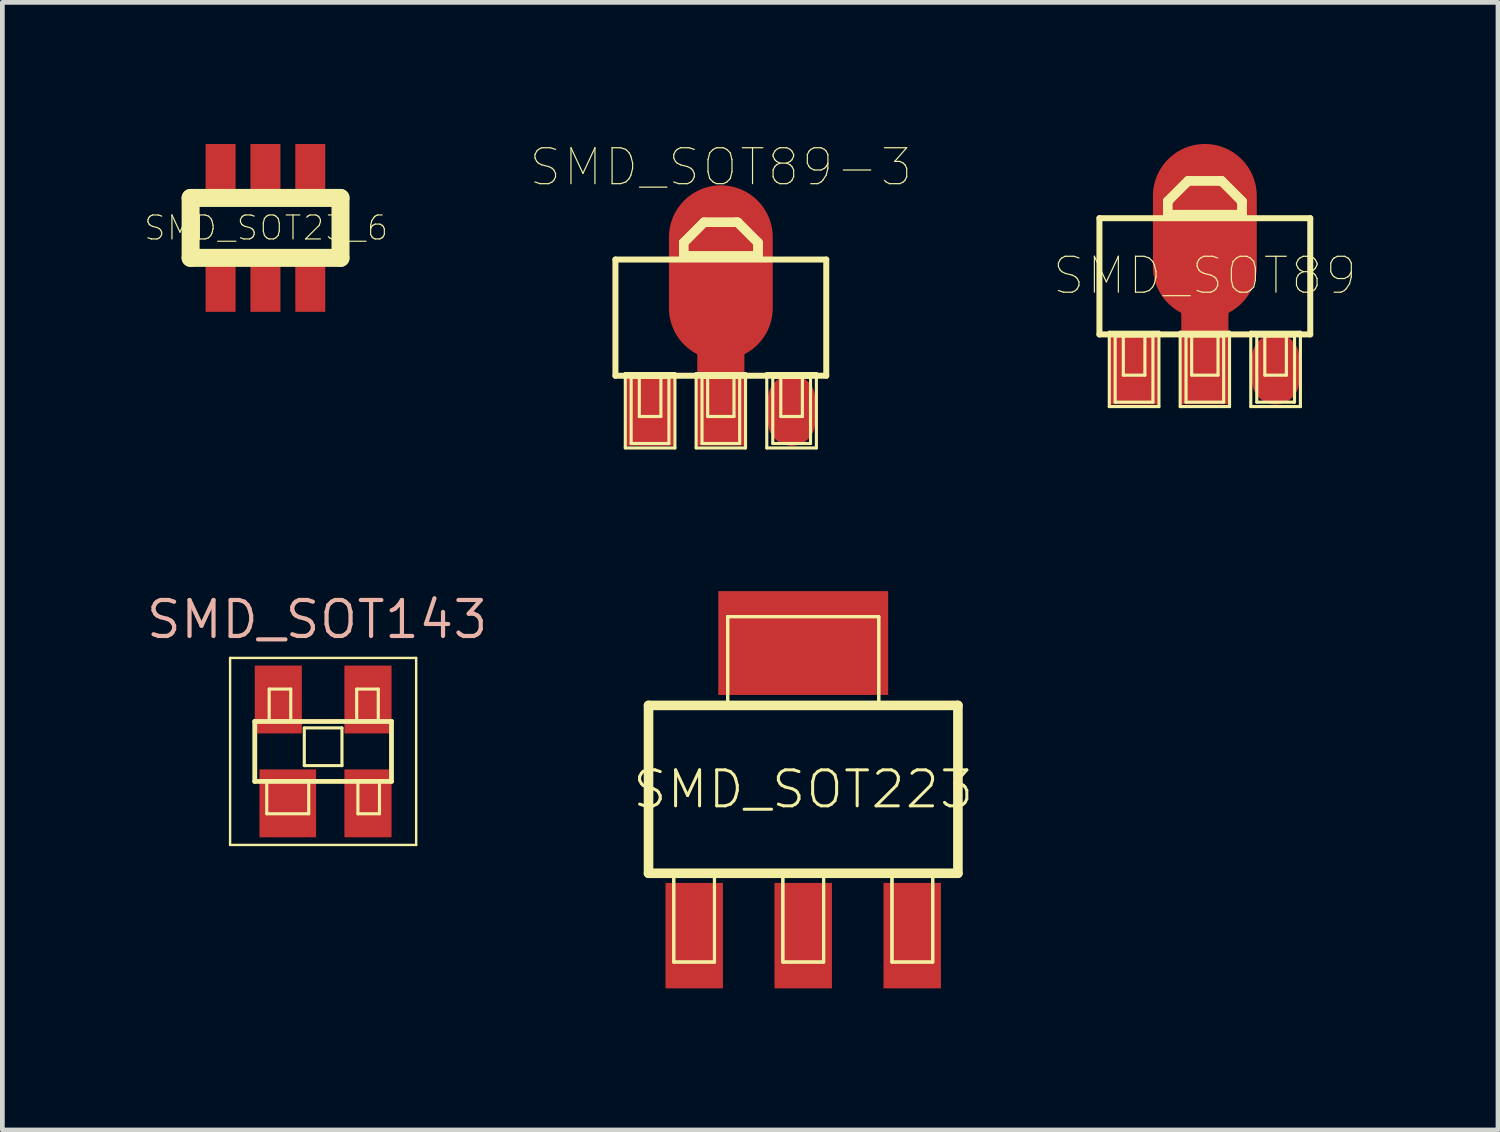
<source format=kicad_pcb>
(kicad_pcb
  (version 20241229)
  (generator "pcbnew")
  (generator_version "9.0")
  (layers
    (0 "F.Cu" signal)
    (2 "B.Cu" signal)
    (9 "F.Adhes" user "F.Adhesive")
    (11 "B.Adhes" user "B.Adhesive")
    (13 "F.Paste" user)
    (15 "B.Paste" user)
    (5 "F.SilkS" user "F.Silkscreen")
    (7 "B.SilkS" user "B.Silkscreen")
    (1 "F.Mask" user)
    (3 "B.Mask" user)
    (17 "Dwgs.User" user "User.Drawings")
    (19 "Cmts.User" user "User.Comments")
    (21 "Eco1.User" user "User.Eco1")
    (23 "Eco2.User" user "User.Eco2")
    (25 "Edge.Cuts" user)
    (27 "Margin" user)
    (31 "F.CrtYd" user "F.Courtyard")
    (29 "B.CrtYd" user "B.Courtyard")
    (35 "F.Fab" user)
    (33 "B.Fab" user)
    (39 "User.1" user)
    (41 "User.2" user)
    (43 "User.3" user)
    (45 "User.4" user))
  (footprint "SMD_SOT23_6"
    (layer "F.Cu")
    (at 1.623 3.048)
    (property "Reference" "SMD_SOT23_6" (at 0.965 -1.27 0) (layer "F.SilkS") (effects (font (size 0.508 0.508) (thickness 0.025))))
    (attr through_hole)
    (fp_line (start -0.635 -1.905) (end -0.635 -0.635) (stroke (width 0.381) (type solid)) (layer "F.SilkS"))
    (fp_line (start -0.635 -0.635) (end 2.54 -0.635) (stroke (width 0.381) (type solid)) (layer "F.SilkS"))
    (fp_line (start 2.54 -1.905) (end -0.635 -1.905) (stroke (width 0.381) (type solid)) (layer "F.SilkS"))
    (fp_line (start 2.54 -0.635) (end 2.54 -1.905) (stroke (width 0.381) (type solid)) (layer "F.SilkS"))
    (pad "1" smd rect (at 0 0) (size 0.635 1.016) (layers "F.Cu" "F.Mask" "F.Paste"))
    (pad "2" smd rect (at 0.95 0) (size 0.635 1.016) (layers "F.Cu" "F.Mask" "F.Paste"))
    (pad "3" smd rect (at 1.9 0) (size 0.635 1.016) (layers "F.Cu" "F.Mask" "F.Paste"))
    (pad "4" smd rect (at 1.9 -2.54) (size 0.635 1.016) (layers "F.Cu" "F.Mask" "F.Paste"))
    (pad "5" smd rect (at 0.95 -2.54) (size 0.635 1.016) (layers "F.Cu" "F.Mask" "F.Paste"))
    (pad "6" smd rect (at 0 -2.54) (size 0.635 1.016) (layers "F.Cu" "F.Mask" "F.Paste")))
  (footprint "SMD_SOT89-3"
    (layer "F.Cu")
    (at 12.22 3.665)
    (property "Reference" "SMD_SOT89-3" (at 0 -3.175 0) (layer "F.SilkS") (effects (font (size 0.762 0.762) (thickness 0.025))))
    (attr smd)
    (fp_line (start -2.233 -1.217) (end 2.233 -1.217) (stroke (width 0.127) (type solid)) (layer "F.SilkS"))
    (fp_line (start -2.233 1.245) (end -2.233 -1.217) (stroke (width 0.127) (type solid)) (layer "F.SilkS"))
    (fp_line (start -2.024 1.199) (end -0.973 1.199) (stroke (width 0.066) (type solid)) (layer "F.SilkS"))
    (fp_line (start -2.024 2.774) (end -2.024 1.199) (stroke (width 0.066) (type solid)) (layer "F.SilkS"))
    (fp_line (start -2.024 2.774) (end -0.973 2.774) (stroke (width 0.066) (type solid)) (layer "F.SilkS"))
    (fp_line (start -1.9 1.278) (end -1.1 1.278) (stroke (width 0.066) (type solid)) (layer "F.SilkS"))
    (fp_line (start -1.9 2.68) (end -1.9 1.278) (stroke (width 0.066) (type solid)) (layer "F.SilkS"))
    (fp_line (start -1.9 2.68) (end -1.1 2.68) (stroke (width 0.066) (type solid)) (layer "F.SilkS"))
    (fp_line (start -1.727 1.27) (end -1.27 1.27) (stroke (width 0.066) (type solid)) (layer "F.SilkS"))
    (fp_line (start -1.727 2.108) (end -1.727 1.27) (stroke (width 0.066) (type solid)) (layer "F.SilkS"))
    (fp_line (start -1.727 2.108) (end -1.27 2.108) (stroke (width 0.066) (type solid)) (layer "F.SilkS"))
    (fp_line (start -1.27 2.108) (end -1.27 1.27) (stroke (width 0.066) (type solid)) (layer "F.SilkS"))
    (fp_line (start -1.1 2.68) (end -1.1 1.278) (stroke (width 0.066) (type solid)) (layer "F.SilkS"))
    (fp_line (start -0.973 2.774) (end -0.973 1.199) (stroke (width 0.066) (type solid)) (layer "F.SilkS"))
    (fp_line (start -0.787 -1.575) (end -0.356 -2.007) (stroke (width 0.198) (type solid)) (layer "F.SilkS"))
    (fp_line (start -0.787 -1.575) (end -0.356 -2.007) (stroke (width 0.198) (type solid)) (layer "F.SilkS"))
    (fp_line (start -0.787 -1.321) (end -0.787 -1.575) (stroke (width 0.198) (type solid)) (layer "F.SilkS"))
    (fp_line (start -0.787 -1.293) (end -0.787 -1.575) (stroke (width 0.198) (type solid)) (layer "F.SilkS"))
    (fp_line (start -0.787 -1.293) (end -0.787 -1.321) (stroke (width 0.198) (type solid)) (layer "F.SilkS"))
    (fp_line (start -0.523 1.199) (end 0.523 1.199) (stroke (width 0.066) (type solid)) (layer "F.SilkS"))
    (fp_line (start -0.523 2.774) (end -0.523 1.199) (stroke (width 0.066) (type solid)) (layer "F.SilkS"))
    (fp_line (start -0.523 2.774) (end 0.523 2.774) (stroke (width 0.066) (type solid)) (layer "F.SilkS"))
    (fp_line (start -0.399 1.278) (end 0.399 1.278) (stroke (width 0.066) (type solid)) (layer "F.SilkS"))
    (fp_line (start -0.399 2.68) (end -0.399 1.278) (stroke (width 0.066) (type solid)) (layer "F.SilkS"))
    (fp_line (start -0.399 2.68) (end 0.399 2.68) (stroke (width 0.066) (type solid)) (layer "F.SilkS"))
    (fp_line (start -0.356 -2.007) (end 0.305 -2.007) (stroke (width 0.198) (type solid)) (layer "F.SilkS"))
    (fp_line (start -0.356 -2.007) (end 0.356 -2.007) (stroke (width 0.198) (type solid)) (layer "F.SilkS"))
    (fp_line (start -0.279 1.27) (end 0.279 1.27) (stroke (width 0.066) (type solid)) (layer "F.SilkS"))
    (fp_line (start -0.279 2.108) (end -0.279 1.27) (stroke (width 0.066) (type solid)) (layer "F.SilkS"))
    (fp_line (start -0.279 2.108) (end 0.279 2.108) (stroke (width 0.066) (type solid)) (layer "F.SilkS"))
    (fp_line (start 0.279 2.108) (end 0.279 1.27) (stroke (width 0.066) (type solid)) (layer "F.SilkS"))
    (fp_line (start 0.305 -2.007) (end 0.356 -2.007) (stroke (width 0.198) (type solid)) (layer "F.SilkS"))
    (fp_line (start 0.356 -2.007) (end 0.787 -1.575) (stroke (width 0.198) (type solid)) (layer "F.SilkS"))
    (fp_line (start 0.356 -2.007) (end 0.787 -1.575) (stroke (width 0.198) (type solid)) (layer "F.SilkS"))
    (fp_line (start 0.399 2.68) (end 0.399 1.278) (stroke (width 0.066) (type solid)) (layer "F.SilkS"))
    (fp_line (start 0.523 2.774) (end 0.523 1.199) (stroke (width 0.066) (type solid)) (layer "F.SilkS"))
    (fp_line (start 0.787 -1.575) (end 0.787 -1.293) (stroke (width 0.198) (type solid)) (layer "F.SilkS"))
    (fp_line (start 0.787 -1.575) (end 0.787 -1.293) (stroke (width 0.198) (type solid)) (layer "F.SilkS"))
    (fp_line (start 0.787 -1.293) (end -0.787 -1.293) (stroke (width 0.198) (type solid)) (layer "F.SilkS"))
    (fp_line (start 0.787 -1.293) (end -0.787 -1.293) (stroke (width 0.198) (type solid)) (layer "F.SilkS"))
    (fp_line (start 0.973 1.199) (end 2.024 1.199) (stroke (width 0.066) (type solid)) (layer "F.SilkS"))
    (fp_line (start 0.973 2.774) (end 0.973 1.199) (stroke (width 0.066) (type solid)) (layer "F.SilkS"))
    (fp_line (start 0.973 2.774) (end 2.024 2.774) (stroke (width 0.066) (type solid)) (layer "F.SilkS"))
    (fp_line (start 1.1 1.278) (end 1.9 1.278) (stroke (width 0.066) (type solid)) (layer "F.SilkS"))
    (fp_line (start 1.1 2.68) (end 1.1 1.278) (stroke (width 0.066) (type solid)) (layer "F.SilkS"))
    (fp_line (start 1.1 2.68) (end 1.9 2.68) (stroke (width 0.066) (type solid)) (layer "F.SilkS"))
    (fp_line (start 1.27 1.27) (end 1.727 1.27) (stroke (width 0.066) (type solid)) (layer "F.SilkS"))
    (fp_line (start 1.27 2.108) (end 1.27 1.27) (stroke (width 0.066) (type solid)) (layer "F.SilkS"))
    (fp_line (start 1.27 2.108) (end 1.727 2.108) (stroke (width 0.066) (type solid)) (layer "F.SilkS"))
    (fp_line (start 1.727 2.108) (end 1.727 1.27) (stroke (width 0.066) (type solid)) (layer "F.SilkS"))
    (fp_line (start 1.9 2.68) (end 1.9 1.278) (stroke (width 0.066) (type solid)) (layer "F.SilkS"))
    (fp_line (start 2.024 2.774) (end 2.024 1.199) (stroke (width 0.066) (type solid)) (layer "F.SilkS"))
    (fp_line (start 2.233 -1.217) (end 2.233 1.245) (stroke (width 0.127) (type solid)) (layer "F.SilkS"))
    (fp_line (start 2.233 1.245) (end -2.233 1.245) (stroke (width 0.127) (type solid)) (layer "F.SilkS"))
    (pad "1" smd rect (at -1.499 1.979) (size 0.998 1.499) (layers "F.Cu" "F.Mask" "F.Paste"))
    (pad "2" smd oval (at 0 -0.94) (size 2.2 3.698) (layers "F.Cu" "F.Mask" "F.Paste"))
    (pad "2" smd rect (at 0 1.725) (size 0.998 1.999) (layers "F.Cu" "F.Mask" "F.Paste"))
    (pad "3" smd oval (at 1.499 1.979) (size 0.998 1.499) (layers "F.Cu" "F.Mask" "F.Paste")))
  (footprint "SMD_SOT89"
    (layer "F.Cu")
    (at 22.473 2.789)
    (property "Reference" "SMD_SOT89" (at 0 0 0) (layer "F.SilkS") (effects (font (size 0.762 0.762) (thickness 0.025))))
    (attr smd)
    (fp_line (start -2.233 -1.217) (end 2.233 -1.217) (stroke (width 0.127) (type solid)) (layer "F.SilkS"))
    (fp_line (start -2.233 1.245) (end -2.233 -1.217) (stroke (width 0.127) (type solid)) (layer "F.SilkS"))
    (fp_line (start -2.024 1.199) (end -0.973 1.199) (stroke (width 0.066) (type solid)) (layer "F.SilkS"))
    (fp_line (start -2.024 2.774) (end -2.024 1.199) (stroke (width 0.066) (type solid)) (layer "F.SilkS"))
    (fp_line (start -2.024 2.774) (end -0.973 2.774) (stroke (width 0.066) (type solid)) (layer "F.SilkS"))
    (fp_line (start -1.9 1.278) (end -1.1 1.278) (stroke (width 0.066) (type solid)) (layer "F.SilkS"))
    (fp_line (start -1.9 2.68) (end -1.9 1.278) (stroke (width 0.066) (type solid)) (layer "F.SilkS"))
    (fp_line (start -1.9 2.68) (end -1.1 2.68) (stroke (width 0.066) (type solid)) (layer "F.SilkS"))
    (fp_line (start -1.727 1.27) (end -1.27 1.27) (stroke (width 0.066) (type solid)) (layer "F.SilkS"))
    (fp_line (start -1.727 2.108) (end -1.727 1.27) (stroke (width 0.066) (type solid)) (layer "F.SilkS"))
    (fp_line (start -1.727 2.108) (end -1.27 2.108) (stroke (width 0.066) (type solid)) (layer "F.SilkS"))
    (fp_line (start -1.27 2.108) (end -1.27 1.27) (stroke (width 0.066) (type solid)) (layer "F.SilkS"))
    (fp_line (start -1.1 2.68) (end -1.1 1.278) (stroke (width 0.066) (type solid)) (layer "F.SilkS"))
    (fp_line (start -0.973 2.774) (end -0.973 1.199) (stroke (width 0.066) (type solid)) (layer "F.SilkS"))
    (fp_line (start -0.787 -1.575) (end -0.356 -2.007) (stroke (width 0.198) (type solid)) (layer "F.SilkS"))
    (fp_line (start -0.787 -1.575) (end -0.356 -2.007) (stroke (width 0.198) (type solid)) (layer "F.SilkS"))
    (fp_line (start -0.787 -1.321) (end -0.787 -1.575) (stroke (width 0.198) (type solid)) (layer "F.SilkS"))
    (fp_line (start -0.787 -1.293) (end -0.787 -1.575) (stroke (width 0.198) (type solid)) (layer "F.SilkS"))
    (fp_line (start -0.787 -1.293) (end -0.787 -1.321) (stroke (width 0.198) (type solid)) (layer "F.SilkS"))
    (fp_line (start -0.523 1.199) (end 0.523 1.199) (stroke (width 0.066) (type solid)) (layer "F.SilkS"))
    (fp_line (start -0.523 2.774) (end -0.523 1.199) (stroke (width 0.066) (type solid)) (layer "F.SilkS"))
    (fp_line (start -0.523 2.774) (end 0.523 2.774) (stroke (width 0.066) (type solid)) (layer "F.SilkS"))
    (fp_line (start -0.399 1.278) (end 0.399 1.278) (stroke (width 0.066) (type solid)) (layer "F.SilkS"))
    (fp_line (start -0.399 2.68) (end -0.399 1.278) (stroke (width 0.066) (type solid)) (layer "F.SilkS"))
    (fp_line (start -0.399 2.68) (end 0.399 2.68) (stroke (width 0.066) (type solid)) (layer "F.SilkS"))
    (fp_line (start -0.356 -2.007) (end 0.305 -2.007) (stroke (width 0.198) (type solid)) (layer "F.SilkS"))
    (fp_line (start -0.356 -2.007) (end 0.356 -2.007) (stroke (width 0.198) (type solid)) (layer "F.SilkS"))
    (fp_line (start -0.279 1.27) (end 0.279 1.27) (stroke (width 0.066) (type solid)) (layer "F.SilkS"))
    (fp_line (start -0.279 2.108) (end -0.279 1.27) (stroke (width 0.066) (type solid)) (layer "F.SilkS"))
    (fp_line (start -0.279 2.108) (end 0.279 2.108) (stroke (width 0.066) (type solid)) (layer "F.SilkS"))
    (fp_line (start 0.279 2.108) (end 0.279 1.27) (stroke (width 0.066) (type solid)) (layer "F.SilkS"))
    (fp_line (start 0.305 -2.007) (end 0.356 -2.007) (stroke (width 0.198) (type solid)) (layer "F.SilkS"))
    (fp_line (start 0.356 -2.007) (end 0.787 -1.575) (stroke (width 0.198) (type solid)) (layer "F.SilkS"))
    (fp_line (start 0.356 -2.007) (end 0.787 -1.575) (stroke (width 0.198) (type solid)) (layer "F.SilkS"))
    (fp_line (start 0.399 2.68) (end 0.399 1.278) (stroke (width 0.066) (type solid)) (layer "F.SilkS"))
    (fp_line (start 0.523 2.774) (end 0.523 1.199) (stroke (width 0.066) (type solid)) (layer "F.SilkS"))
    (fp_line (start 0.787 -1.575) (end 0.787 -1.293) (stroke (width 0.198) (type solid)) (layer "F.SilkS"))
    (fp_line (start 0.787 -1.575) (end 0.787 -1.293) (stroke (width 0.198) (type solid)) (layer "F.SilkS"))
    (fp_line (start 0.787 -1.293) (end -0.787 -1.293) (stroke (width 0.198) (type solid)) (layer "F.SilkS"))
    (fp_line (start 0.787 -1.293) (end -0.787 -1.293) (stroke (width 0.198) (type solid)) (layer "F.SilkS"))
    (fp_line (start 0.973 1.199) (end 2.024 1.199) (stroke (width 0.066) (type solid)) (layer "F.SilkS"))
    (fp_line (start 0.973 2.774) (end 0.973 1.199) (stroke (width 0.066) (type solid)) (layer "F.SilkS"))
    (fp_line (start 0.973 2.774) (end 2.024 2.774) (stroke (width 0.066) (type solid)) (layer "F.SilkS"))
    (fp_line (start 1.1 1.278) (end 1.9 1.278) (stroke (width 0.066) (type solid)) (layer "F.SilkS"))
    (fp_line (start 1.1 2.68) (end 1.1 1.278) (stroke (width 0.066) (type solid)) (layer "F.SilkS"))
    (fp_line (start 1.1 2.68) (end 1.9 2.68) (stroke (width 0.066) (type solid)) (layer "F.SilkS"))
    (fp_line (start 1.27 1.27) (end 1.727 1.27) (stroke (width 0.066) (type solid)) (layer "F.SilkS"))
    (fp_line (start 1.27 2.108) (end 1.27 1.27) (stroke (width 0.066) (type solid)) (layer "F.SilkS"))
    (fp_line (start 1.27 2.108) (end 1.727 2.108) (stroke (width 0.066) (type solid)) (layer "F.SilkS"))
    (fp_line (start 1.727 2.108) (end 1.727 1.27) (stroke (width 0.066) (type solid)) (layer "F.SilkS"))
    (fp_line (start 1.9 2.68) (end 1.9 1.278) (stroke (width 0.066) (type solid)) (layer "F.SilkS"))
    (fp_line (start 2.024 2.774) (end 2.024 1.199) (stroke (width 0.066) (type solid)) (layer "F.SilkS"))
    (fp_line (start 2.233 -1.217) (end 2.233 1.245) (stroke (width 0.127) (type solid)) (layer "F.SilkS"))
    (fp_line (start 2.233 1.245) (end -2.233 1.245) (stroke (width 0.127) (type solid)) (layer "F.SilkS"))
    (pad "1" smd rect (at -1.499 1.979) (size 0.998 1.499) (layers "F.Cu" "F.Mask" "F.Paste"))
    (pad "2" smd rect (at 0 1.725) (size 0.998 1.999) (layers "F.Cu" "F.Mask" "F.Paste"))
    (pad "3" smd oval (at 1.499 1.979) (size 0.998 1.499) (layers "F.Cu" "F.Mask" "F.Paste"))
    (pad "4" smd oval (at 0 -0.94) (size 2.2 3.698) (layers "F.Cu" "F.Mask" "F.Paste")))
  (footprint "SMD_SOT143"
    (layer "F.Cu")
    (at 3.795 12.868)
    (property "Reference" "SMD_SOT143" (at -0.127 -2.794 0) (layer "B.SilkS") (effects (font (size 0.762 0.762) (thickness 0.089))))
    (attr smd)
    (fp_line (start -1.971 -1.981) (end 1.971 -1.981) (stroke (width 0.051) (type solid)) (layer "F.SilkS"))
    (fp_line (start -1.971 1.981) (end -1.971 -1.981) (stroke (width 0.051) (type solid)) (layer "F.SilkS"))
    (fp_line (start -1.448 -0.635) (end 1.448 -0.635) (stroke (width 0.102) (type solid)) (layer "F.SilkS"))
    (fp_line (start -1.448 0.635) (end -1.448 -0.635) (stroke (width 0.102) (type solid)) (layer "F.SilkS"))
    (fp_line (start -1.448 0.635) (end 1.448 0.635) (stroke (width 0.102) (type solid)) (layer "F.SilkS"))
    (fp_line (start -1.194 0.635) (end -0.305 0.635) (stroke (width 0.066) (type solid)) (layer "F.SilkS"))
    (fp_line (start -1.194 1.321) (end -1.194 0.635) (stroke (width 0.066) (type solid)) (layer "F.SilkS"))
    (fp_line (start -1.194 1.321) (end -0.305 1.321) (stroke (width 0.066) (type solid)) (layer "F.SilkS"))
    (fp_line (start -1.143 -1.321) (end -0.686 -1.321) (stroke (width 0.066) (type solid)) (layer "F.SilkS"))
    (fp_line (start -1.143 -0.635) (end -1.143 -1.321) (stroke (width 0.066) (type solid)) (layer "F.SilkS"))
    (fp_line (start -1.143 -0.635) (end -0.686 -0.635) (stroke (width 0.066) (type solid)) (layer "F.SilkS"))
    (fp_line (start -0.686 -0.635) (end -0.686 -1.321) (stroke (width 0.066) (type solid)) (layer "F.SilkS"))
    (fp_line (start -0.399 -0.498) (end 0.399 -0.498) (stroke (width 0.066) (type solid)) (layer "F.SilkS"))
    (fp_line (start -0.399 0.3) (end -0.399 -0.498) (stroke (width 0.066) (type solid)) (layer "F.SilkS"))
    (fp_line (start -0.399 0.3) (end 0.399 0.3) (stroke (width 0.066) (type solid)) (layer "F.SilkS"))
    (fp_line (start -0.305 1.321) (end -0.305 0.635) (stroke (width 0.066) (type solid)) (layer "F.SilkS"))
    (fp_line (start 0.399 0.3) (end 0.399 -0.498) (stroke (width 0.066) (type solid)) (layer "F.SilkS"))
    (fp_line (start 0.711 -1.321) (end 1.168 -1.321) (stroke (width 0.066) (type solid)) (layer "F.SilkS"))
    (fp_line (start 0.711 -0.635) (end 0.711 -1.321) (stroke (width 0.066) (type solid)) (layer "F.SilkS"))
    (fp_line (start 0.711 -0.635) (end 1.168 -0.635) (stroke (width 0.066) (type solid)) (layer "F.SilkS"))
    (fp_line (start 0.737 0.635) (end 1.194 0.635) (stroke (width 0.066) (type solid)) (layer "F.SilkS"))
    (fp_line (start 0.737 1.321) (end 0.737 0.635) (stroke (width 0.066) (type solid)) (layer "F.SilkS"))
    (fp_line (start 0.737 1.321) (end 1.194 1.321) (stroke (width 0.066) (type solid)) (layer "F.SilkS"))
    (fp_line (start 1.168 -0.635) (end 1.168 -1.321) (stroke (width 0.066) (type solid)) (layer "F.SilkS"))
    (fp_line (start 1.194 1.321) (end 1.194 0.635) (stroke (width 0.066) (type solid)) (layer "F.SilkS"))
    (fp_line (start 1.448 0.635) (end 1.448 -0.635) (stroke (width 0.102) (type solid)) (layer "F.SilkS"))
    (fp_line (start 1.971 -1.981) (end 1.971 1.981) (stroke (width 0.051) (type solid)) (layer "F.SilkS"))
    (fp_line (start 1.971 1.981) (end -1.971 1.981) (stroke (width 0.051) (type solid)) (layer "F.SilkS"))
    (pad "1" smd rect (at -0.749 1.1) (size 1.199 1.438) (layers "F.Cu" "F.Mask" "F.Paste"))
    (pad "2" smd rect (at 0.95 1.1) (size 0.998 1.438) (layers "F.Cu" "F.Mask" "F.Paste"))
    (pad "3" smd rect (at 0.95 -1.1) (size 0.998 1.438) (layers "F.Cu" "F.Mask" "F.Paste"))
    (pad "4" smd rect (at -0.95 -1.1) (size 0.998 1.438) (layers "F.Cu" "F.Mask" "F.Paste")))
  (footprint "SMD_SOT223"
    (layer "F.Cu")
    (at 13.965 13.671)
    (property "Reference" "SMD_SOT223" (at 0 0 0) (layer "F.SilkS") (effects (font (size 0.762 0.762) (thickness 0.064))))
    (attr smd)
    (fp_line (start -3.277 -1.778) (end 3.277 -1.778) (stroke (width 0.203) (type solid)) (layer "F.SilkS"))
    (fp_line (start -3.277 1.778) (end -3.277 -1.778) (stroke (width 0.203) (type solid)) (layer "F.SilkS"))
    (fp_line (start -2.743 1.801) (end -1.88 1.801) (stroke (width 0.066) (type solid)) (layer "F.SilkS"))
    (fp_line (start -2.743 1.801) (end -1.88 1.801) (stroke (width 0.066) (type solid)) (layer "F.SilkS"))
    (fp_line (start -2.743 3.658) (end -2.743 1.801) (stroke (width 0.066) (type solid)) (layer "F.SilkS"))
    (fp_line (start -2.743 3.658) (end -2.743 1.801) (stroke (width 0.066) (type solid)) (layer "F.SilkS"))
    (fp_line (start -2.743 3.658) (end -1.88 3.658) (stroke (width 0.066) (type solid)) (layer "F.SilkS"))
    (fp_line (start -2.743 3.658) (end -1.88 3.658) (stroke (width 0.066) (type solid)) (layer "F.SilkS"))
    (fp_line (start -1.88 3.658) (end -1.88 1.801) (stroke (width 0.066) (type solid)) (layer "F.SilkS"))
    (fp_line (start -1.88 3.658) (end -1.88 1.801) (stroke (width 0.066) (type solid)) (layer "F.SilkS"))
    (fp_line (start -1.6 -3.658) (end 1.6 -3.658) (stroke (width 0.066) (type solid)) (layer "F.SilkS"))
    (fp_line (start -1.6 -3.658) (end 1.6 -3.658) (stroke (width 0.066) (type solid)) (layer "F.SilkS"))
    (fp_line (start -1.6 -1.801) (end -1.6 -3.658) (stroke (width 0.066) (type solid)) (layer "F.SilkS"))
    (fp_line (start -1.6 -1.801) (end -1.6 -3.658) (stroke (width 0.066) (type solid)) (layer "F.SilkS"))
    (fp_line (start -1.6 -1.801) (end 1.6 -1.801) (stroke (width 0.066) (type solid)) (layer "F.SilkS"))
    (fp_line (start -1.6 -1.801) (end 1.6 -1.801) (stroke (width 0.066) (type solid)) (layer "F.SilkS"))
    (fp_line (start -0.432 1.801) (end 0.432 1.801) (stroke (width 0.066) (type solid)) (layer "F.SilkS"))
    (fp_line (start -0.432 1.801) (end 0.432 1.801) (stroke (width 0.066) (type solid)) (layer "F.SilkS"))
    (fp_line (start -0.432 3.658) (end -0.432 1.801) (stroke (width 0.066) (type solid)) (layer "F.SilkS"))
    (fp_line (start -0.432 3.658) (end -0.432 1.801) (stroke (width 0.066) (type solid)) (layer "F.SilkS"))
    (fp_line (start -0.432 3.658) (end 0.432 3.658) (stroke (width 0.066) (type solid)) (layer "F.SilkS"))
    (fp_line (start -0.432 3.658) (end 0.432 3.658) (stroke (width 0.066) (type solid)) (layer "F.SilkS"))
    (fp_line (start 0.432 3.658) (end 0.432 1.801) (stroke (width 0.066) (type solid)) (layer "F.SilkS"))
    (fp_line (start 0.432 3.658) (end 0.432 1.801) (stroke (width 0.066) (type solid)) (layer "F.SilkS"))
    (fp_line (start 1.6 -1.801) (end 1.6 -3.658) (stroke (width 0.066) (type solid)) (layer "F.SilkS"))
    (fp_line (start 1.6 -1.801) (end 1.6 -3.658) (stroke (width 0.066) (type solid)) (layer "F.SilkS"))
    (fp_line (start 1.88 1.801) (end 2.743 1.801) (stroke (width 0.066) (type solid)) (layer "F.SilkS"))
    (fp_line (start 1.88 1.801) (end 2.743 1.801) (stroke (width 0.066) (type solid)) (layer "F.SilkS"))
    (fp_line (start 1.88 3.658) (end 1.88 1.801) (stroke (width 0.066) (type solid)) (layer "F.SilkS"))
    (fp_line (start 1.88 3.658) (end 1.88 1.801) (stroke (width 0.066) (type solid)) (layer "F.SilkS"))
    (fp_line (start 1.88 3.658) (end 2.743 3.658) (stroke (width 0.066) (type solid)) (layer "F.SilkS"))
    (fp_line (start 1.88 3.658) (end 2.743 3.658) (stroke (width 0.066) (type solid)) (layer "F.SilkS"))
    (fp_line (start 2.743 3.658) (end 2.743 1.801) (stroke (width 0.066) (type solid)) (layer "F.SilkS"))
    (fp_line (start 2.743 3.658) (end 2.743 1.801) (stroke (width 0.066) (type solid)) (layer "F.SilkS"))
    (fp_line (start 3.277 -1.778) (end 3.277 1.778) (stroke (width 0.203) (type solid)) (layer "F.SilkS"))
    (fp_line (start 3.277 1.778) (end -3.277 1.778) (stroke (width 0.203) (type solid)) (layer "F.SilkS"))
    (pad "1" smd rect (at -2.309 3.099) (size 1.217 2.233) (layers "F.Cu" "F.Mask" "F.Paste"))
    (pad "2" smd rect (at 0 3.099) (size 1.217 2.233) (layers "F.Cu" "F.Mask" "F.Paste"))
    (pad "3" smd rect (at 2.309 3.099) (size 1.217 2.233) (layers "F.Cu" "F.Mask" "F.Paste"))
    (pad "4" smd rect (at 0 -3.099) (size 3.599 2.2) (layers "F.Cu" "F.Mask" "F.Paste")))
  (gr_rect
    (start -3 -3)
    (end 28.683 20.886)
    (stroke (width 0.1) (type default))
    (fill no)
    (layer "Edge.Cuts")))
</source>
